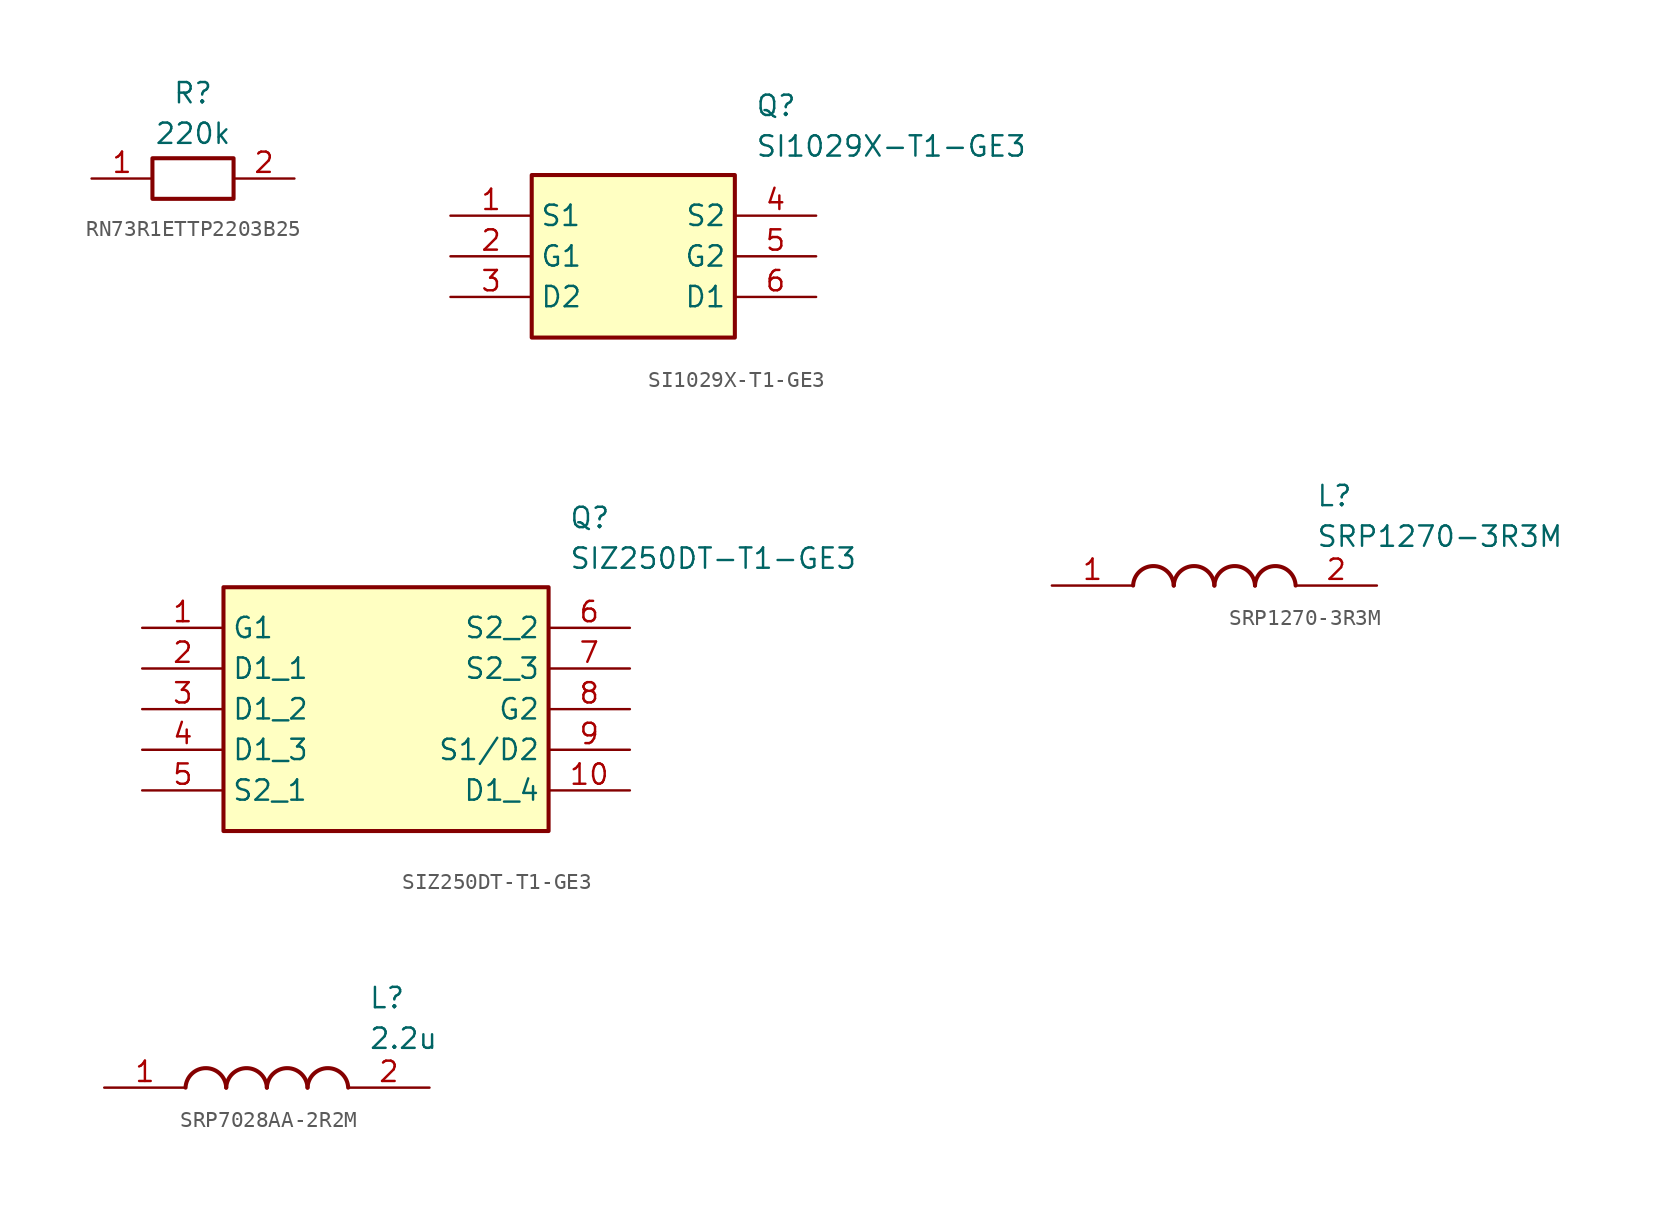
<source format=kicad_sym>
(kicad_symbol_lib
  (version 20231120)
  (generator "kicad_symbol_editor")
  (generator_version "8.0")
  (symbol "RN73R1ETTP2203B25"
    (pin_names hide)
    (property "Reference" "R"
      (at 6.35 6.096 0)
      (effects (font (size 1.27 1.27)) (justify top)))
    (property "Value" "220k"
      (at 6.35 3.556 0)
      (effects (font (size 1.27 1.27)) (justify top)))
    (symbol "RN73R1ETTP2203B25_1_1"
      (rectangle (start 3.81 1.27) (end 8.89 -1.27) (stroke (width 0.254) (type default)) (fill (type none)))
      (pin passive line (at 0 0 0) (length 3.81) (name "1" (effects (font (size 1.27 1.27)))) (number "1" (effects (font (size 1.27 1.27)))))
      (pin passive line (at 12.7 0 180) (length 3.81) (name "2" (effects (font (size 1.27 1.27)))) (number "2" (effects (font (size 1.27 1.27)))))))
  (symbol "SI1029X-T1-GE3"
    (property "Reference" "Q"
      (at 19.05 7.62 0)
      (effects (font (size 1.27 1.27)) (justify left top)))
    (property "Value" "SI1029X-T1-GE3"
      (at 19.05 5.08 0)
      (effects (font (size 1.27 1.27)) (justify left top)))
    (rectangle
      (start 5.08 2.54)
      (end 17.78 -7.62)
      (stroke (width 0.254) (type default))
      (fill (type background)))
    (pin passive line
      (at 0 0 0)
      (length 5.08)
      (name "S1" (effects (font (size 1.27 1.27))))
      (number "1" (effects (font (size 1.27 1.27)))))
    (pin passive line
      (at 0 -2.54 0)
      (length 5.08)
      (name "G1" (effects (font (size 1.27 1.27))))
      (number "2" (effects (font (size 1.27 1.27)))))
    (pin passive line
      (at 0 -5.08 0)
      (length 5.08)
      (name "D2" (effects (font (size 1.27 1.27))))
      (number "3" (effects (font (size 1.27 1.27)))))
    (pin passive line
      (at 22.86 0 180)
      (length 5.08)
      (name "S2" (effects (font (size 1.27 1.27))))
      (number "4" (effects (font (size 1.27 1.27)))))
    (pin passive line
      (at 22.86 -2.54 180)
      (length 5.08)
      (name "G2" (effects (font (size 1.27 1.27))))
      (number "5" (effects (font (size 1.27 1.27)))))
    (pin passive line
      (at 22.86 -5.08 180)
      (length 5.08)
      (name "D1" (effects (font (size 1.27 1.27))))
      (number "6" (effects (font (size 1.27 1.27))))))
  (symbol "SIZ250DT-T1-GE3"
    (property "Reference" "Q"
      (at 26.67 7.62 0)
      (effects (font (size 1.27 1.27)) (justify left top)))
    (property "Value" "SIZ250DT-T1-GE3"
      (at 26.67 5.08 0)
      (effects (font (size 1.27 1.27)) (justify left top)))
    (symbol "SIZ250DT-T1-GE3_1_1"
      (rectangle (start 5.08 2.54) (end 25.4 -12.7) (stroke (width 0.254) (type default)) (fill (type background)))
      (pin passive line (at 0 0 0) (length 5.08) (name "G1" (effects (font (size 1.27 1.27)))) (number "1" (effects (font (size 1.27 1.27)))))
      (pin passive line (at 30.48 -10.16 180) (length 5.08) (name "D1_4" (effects (font (size 1.27 1.27)))) (number "10" (effects (font (size 1.27 1.27)))))
      (pin passive line (at 0 -2.54 0) (length 5.08) (name "D1_1" (effects (font (size 1.27 1.27)))) (number "2" (effects (font (size 1.27 1.27)))))
      (pin passive line (at 0 -5.08 0) (length 5.08) (name "D1_2" (effects (font (size 1.27 1.27)))) (number "3" (effects (font (size 1.27 1.27)))))
      (pin passive line (at 0 -7.62 0) (length 5.08) (name "D1_3" (effects (font (size 1.27 1.27)))) (number "4" (effects (font (size 1.27 1.27)))))
      (pin passive line (at 0 -10.16 0) (length 5.08) (name "S2_1" (effects (font (size 1.27 1.27)))) (number "5" (effects (font (size 1.27 1.27)))))
      (pin passive line (at 30.48 0 180) (length 5.08) (name "S2_2" (effects (font (size 1.27 1.27)))) (number "6" (effects (font (size 1.27 1.27)))))
      (pin passive line (at 30.48 -2.54 180) (length 5.08) (name "S2_3" (effects (font (size 1.27 1.27)))) (number "7" (effects (font (size 1.27 1.27)))))
      (pin passive line (at 30.48 -5.08 180) (length 5.08) (name "G2" (effects (font (size 1.27 1.27)))) (number "8" (effects (font (size 1.27 1.27)))))
      (pin passive line (at 30.48 -7.62 180) (length 5.08) (name "S1/D2" (effects (font (size 1.27 1.27)))) (number "9" (effects (font (size 1.27 1.27)))))))
  (symbol "SRP1270-3R3M"
    (pin_names hide)
    (property "Reference" "L"
      (at 16.51 6.35 0)
      (effects (font (size 1.27 1.27)) (justify left top)))
    (property "Value" "SRP1270-3R3M"
      (at 16.51 3.81 0)
      (effects (font (size 1.27 1.27)) (justify left top)))
    (symbol "SRP1270-3R3M_1_1"
      (arc (start 7.62 0) (mid 6.35 1.219) (end 5.08 0) (stroke (width 0.254) (type default)) (fill (type none)))
      (arc (start 10.16 0) (mid 8.89 1.219) (end 7.62 0) (stroke (width 0.254) (type default)) (fill (type none)))
      (arc (start 12.7 0) (mid 11.43 1.219) (end 10.16 0) (stroke (width 0.254) (type default)) (fill (type none)))
      (arc (start 15.24 0) (mid 13.97 1.219) (end 12.7 0) (stroke (width 0.254) (type default)) (fill (type none)))
      (pin passive line (at 0 0 0) (length 5.08) (name "1" (effects (font (size 1.27 1.27)))) (number "1" (effects (font (size 1.27 1.27)))))
      (pin passive line (at 20.32 0 180) (length 5.08) (name "2" (effects (font (size 1.27 1.27)))) (number "2" (effects (font (size 1.27 1.27)))))))
  (symbol "SRP7028AA-2R2M"
    (pin_names hide)
    (property "Reference" "L"
      (at 16.51 6.35 0)
      (effects (font (size 1.27 1.27)) (justify left top)))
    (property "Value" "2.2u"
      (at 16.51 3.81 0)
      (effects (font (size 1.27 1.27)) (justify left top)))
    (symbol "SRP7028AA-2R2M_1_1"
      (arc (start 7.62 0) (mid 6.35 1.219) (end 5.08 0) (stroke (width 0.254) (type default)) (fill (type none)))
      (arc (start 10.16 0) (mid 8.89 1.219) (end 7.62 0) (stroke (width 0.254) (type default)) (fill (type none)))
      (arc (start 12.7 0) (mid 11.43 1.219) (end 10.16 0) (stroke (width 0.254) (type default)) (fill (type none)))
      (arc (start 15.24 0) (mid 13.97 1.219) (end 12.7 0) (stroke (width 0.254) (type default)) (fill (type none)))
      (pin passive line (at 0 0 0) (length 5.08) (name "1" (effects (font (size 1.27 1.27)))) (number "1" (effects (font (size 1.27 1.27)))))
      (pin passive line (at 20.32 0 180) (length 5.08) (name "2" (effects (font (size 1.27 1.27)))) (number "2" (effects (font (size 1.27 1.27))))))))
</source>
